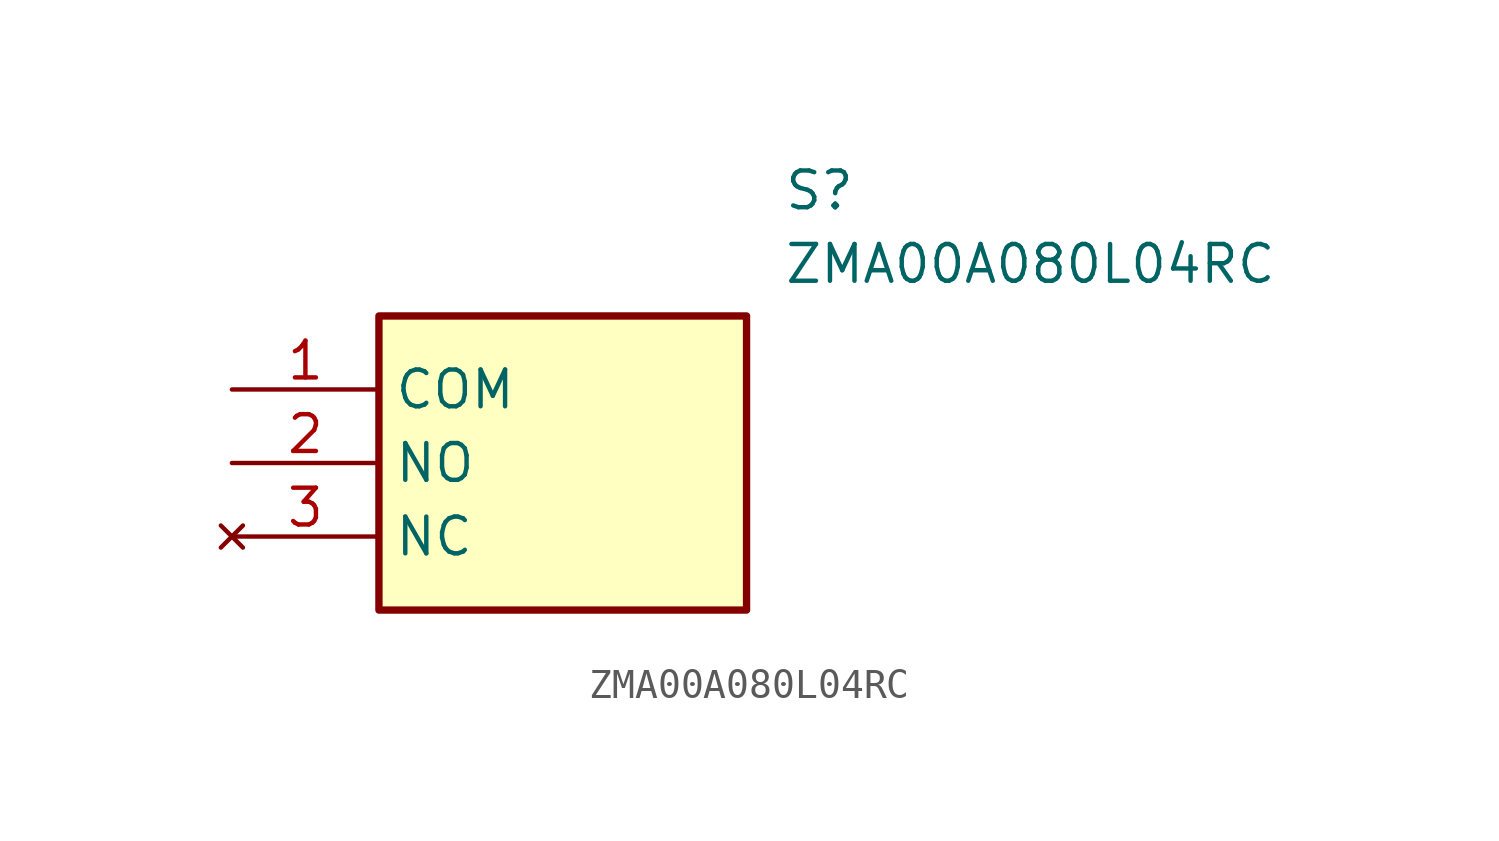
<source format=kicad_sym>
(kicad_symbol_lib
  (version 20211014)
  (generator SamacSys_ECAD_Model)
  (symbol "ZMA00A080L04RC"
    (property "Reference" "S"
      (at 19.05 7.62 0)
      (effects (font (size 1.27 1.27)) (justify left top)))
    (property "Value" "ZMA00A080L04RC"
      (at 19.05 5.08 0)
      (effects (font (size 1.27 1.27)) (justify left top)))
    (rectangle
      (start 5.08 2.54)
      (end 17.78 -7.62)
      (stroke (width 0.254) (type default))
      (fill (type background)))
    (pin passive line
      (at 0 0 0)
      (length 5.08)
      (name "COM" (effects (font (size 1.27 1.27))))
      (number "1" (effects (font (size 1.27 1.27)))))
    (pin passive line
      (at 0 -2.54 0)
      (length 5.08)
      (name "NO" (effects (font (size 1.27 1.27))))
      (number "2" (effects (font (size 1.27 1.27)))))
    (pin no_connect line
      (at 0 -5.08 0)
      (length 5.08)
      (name "NC" (effects (font (size 1.27 1.27))))
      (number "3" (effects (font (size 1.27 1.27)))))))
</source>
